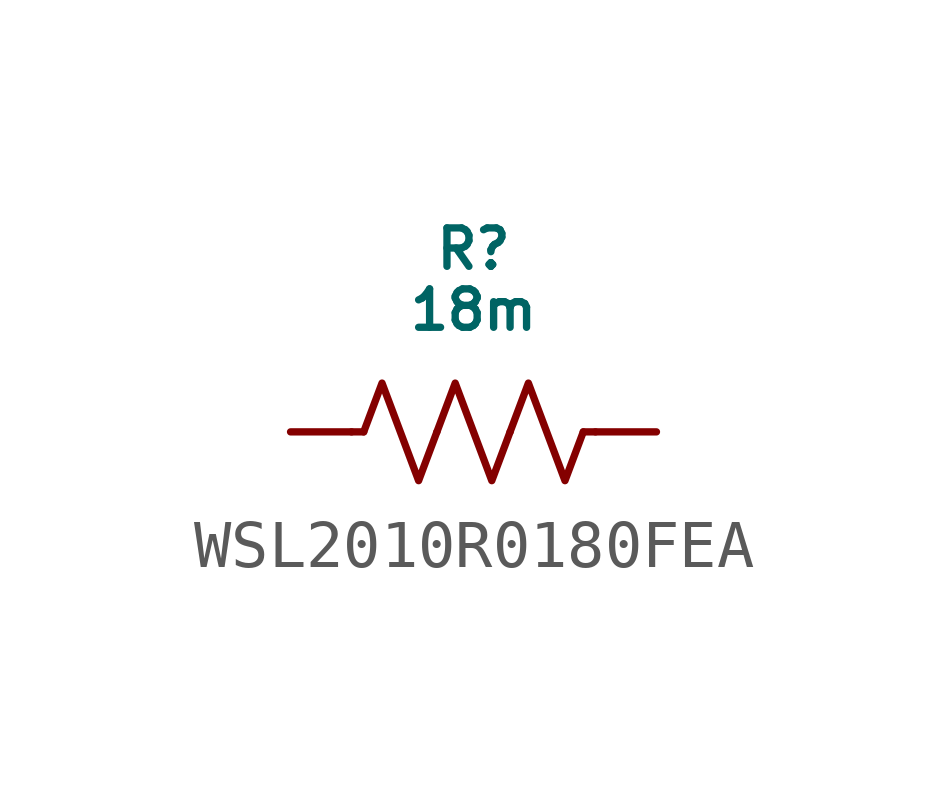
<source format=kicad_sym>
(kicad_symbol_lib
  (version 20220914)
  (generator kicad_symbol_editor)
  (symbol "WSL2010R0180FEA"
    (pin_numbers hide)
    (pin_names hide)
    (property "Reference" "R"
      (at 13.97 3.81 0)
      (do_not_autoplace)
      (effects (font (size 0.8 0.8))))
    (property "Value" "18m"
      (at 13.97 2.54 0)
      (do_not_autoplace)
      (effects (font (size 0.8 0.8))))
    (symbol "WSL2010R0180FEA_0_1"
      (polyline (pts (xy 11.684 0) (xy 11.43 0)) (stroke (width 0) (type default)) (fill (type none)))
      (polyline (pts (xy 16.256 0) (xy 16.51 0)) (stroke (width 0) (type default)) (fill (type none)))
      (polyline (pts (xy 11.684 0) (xy 12.065 1.016) (xy 12.446 0) (xy 12.827 -1.016) (xy 13.208 0)) (stroke (width 0) (type default)) (fill (type none)))
      (polyline (pts (xy 13.208 0) (xy 13.589 1.016) (xy 13.97 0) (xy 14.351 -1.016) (xy 14.732 0)) (stroke (width 0) (type default)) (fill (type none)))
      (polyline (pts (xy 14.732 0) (xy 15.113 1.016) (xy 15.494 0) (xy 15.875 -1.016) (xy 16.256 0)) (stroke (width 0) (type default)) (fill (type none))))
    (symbol "WSL2010R0180FEA_1_0"
      (pin passive line (at 10.16 0 0) (length 1.27) (name "~" (effects (font (size 1.27 1.27)))) (number "1" (effects (font (size 1.27 1.27)))))
      (pin passive line (at 17.78 0 180) (length 1.27) (name "~" (effects (font (size 1.27 1.27)))) (number "2" (effects (font (size 1.27 1.27))))))))
</source>
